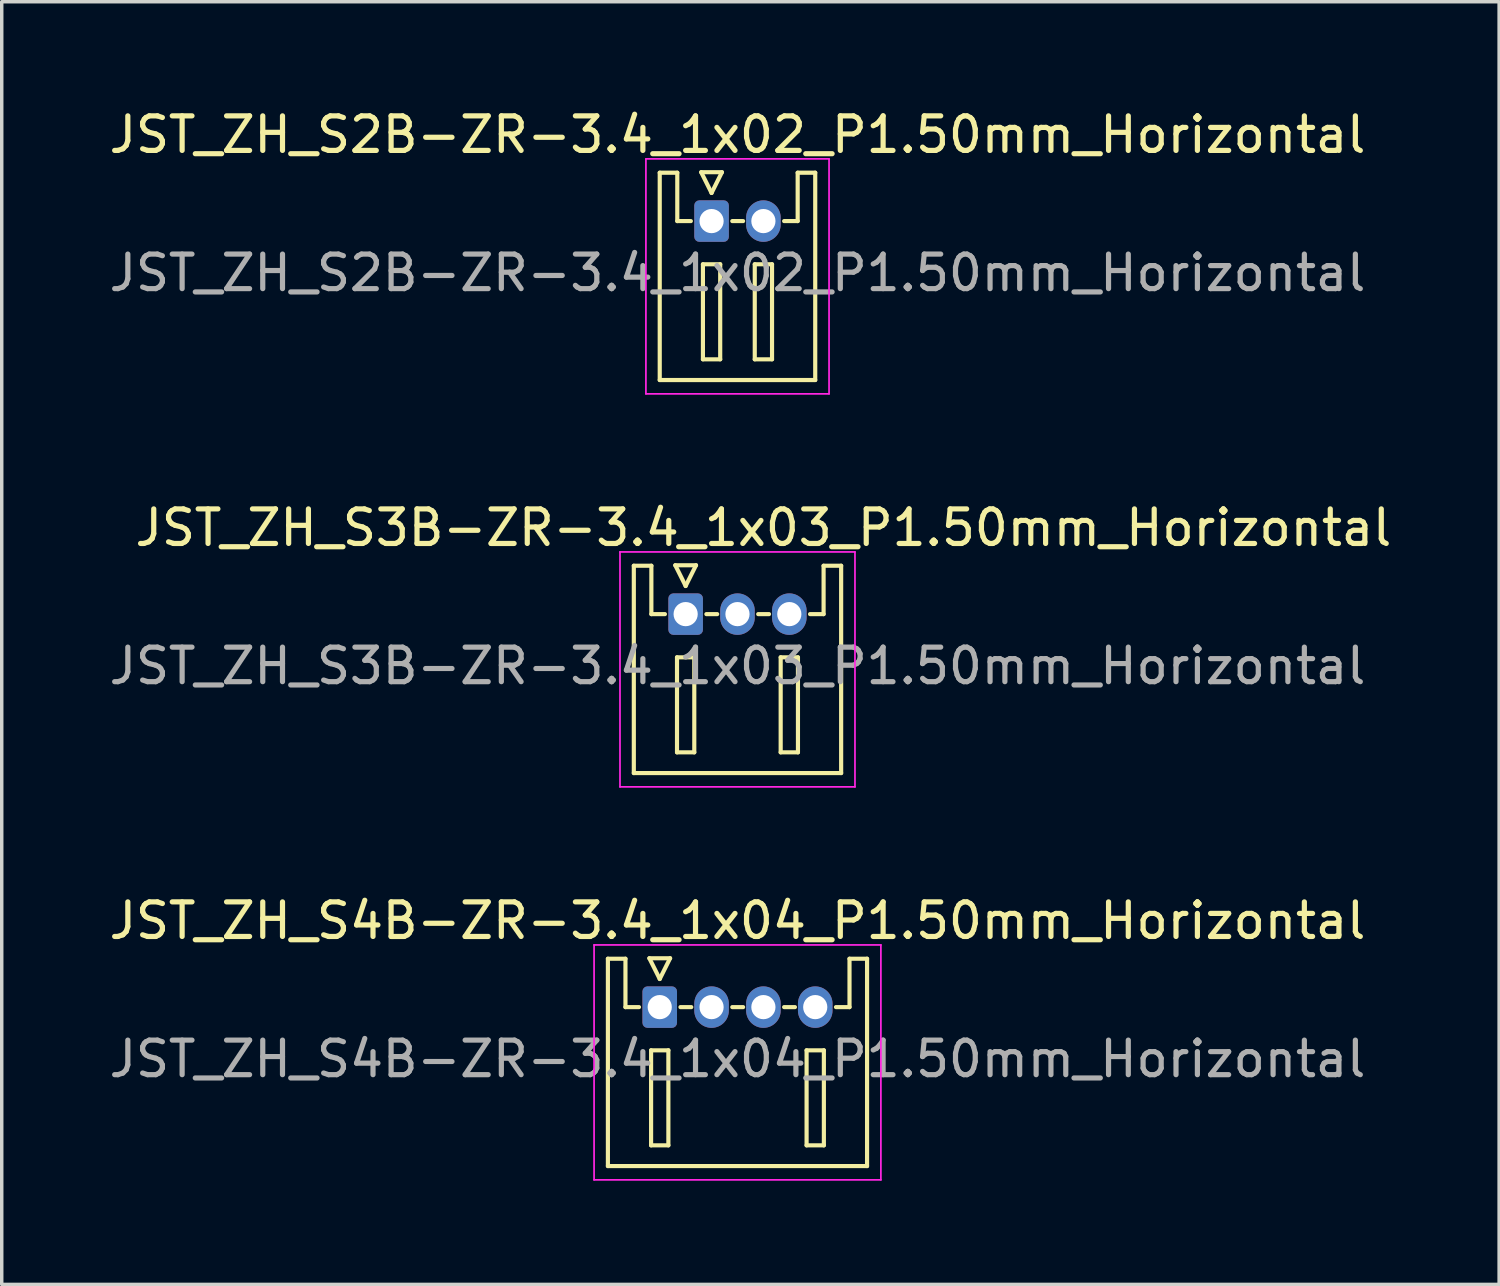
<source format=kicad_pcb>
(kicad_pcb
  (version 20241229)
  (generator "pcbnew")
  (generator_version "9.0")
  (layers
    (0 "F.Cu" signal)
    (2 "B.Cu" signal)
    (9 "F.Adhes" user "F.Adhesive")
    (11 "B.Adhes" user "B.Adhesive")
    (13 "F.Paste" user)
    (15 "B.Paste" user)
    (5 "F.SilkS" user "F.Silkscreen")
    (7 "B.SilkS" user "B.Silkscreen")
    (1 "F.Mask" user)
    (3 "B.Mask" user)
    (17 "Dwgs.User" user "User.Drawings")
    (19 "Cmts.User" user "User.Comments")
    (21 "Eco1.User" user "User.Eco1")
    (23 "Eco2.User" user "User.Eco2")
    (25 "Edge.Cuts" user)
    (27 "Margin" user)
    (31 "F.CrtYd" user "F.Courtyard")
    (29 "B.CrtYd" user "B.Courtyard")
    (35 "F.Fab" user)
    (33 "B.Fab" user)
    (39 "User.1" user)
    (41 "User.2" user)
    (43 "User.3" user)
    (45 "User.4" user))
  (footprint "JST_ZH_S3B-ZR-3.4_1x03_P1.50mm_Horizontal"
    (layer "F.Cu")
    (at 16.792 14.722)
    (property "Reference" "JST_ZH_S3B-ZR-3.4_1x03_P1.50mm_Horizontal" (at 2.25 -2.5 0) (layer "F.SilkS") (effects (font (size 1 1) (thickness 0.15))))
    (attr through_hole)
    (fp_line (start -1.5 -1.4) (end -1.5 4.6) (stroke (width 0.12) (type solid)) (layer "F.SilkS"))
    (fp_line (start -1.5 -1.4) (end -0.992 -1.4) (stroke (width 0.12) (type solid)) (layer "F.SilkS"))
    (fp_line (start -0.992 -1.4) (end -0.992 0) (stroke (width 0.12) (type solid)) (layer "F.SilkS"))
    (fp_line (start -0.992 0) (end -0.6 0) (stroke (width 0.12) (type solid)) (layer "F.SilkS"))
    (fp_line (start -0.3 -1.414) (end 0.3 -1.414) (stroke (width 0.12) (type solid)) (layer "F.SilkS"))
    (fp_line (start -0.25 1.25) (end 0.25 1.25) (stroke (width 0.12) (type solid)) (layer "F.SilkS"))
    (fp_line (start -0.25 4) (end -0.25 1.25) (stroke (width 0.12) (type solid)) (layer "F.SilkS"))
    (fp_line (start 0 -0.814) (end -0.3 -1.414) (stroke (width 0.12) (type solid)) (layer "F.SilkS"))
    (fp_line (start 0.25 1.25) (end 0.25 4) (stroke (width 0.12) (type solid)) (layer "F.SilkS"))
    (fp_line (start 0.25 4) (end -0.25 4) (stroke (width 0.12) (type solid)) (layer "F.SilkS"))
    (fp_line (start 0.3 -1.414) (end 0 -0.814) (stroke (width 0.12) (type solid)) (layer "F.SilkS"))
    (fp_line (start 0.6 0) (end 0.913 0) (stroke (width 0.12) (type solid)) (layer "F.SilkS"))
    (fp_line (start 2.1 0) (end 2.413 0) (stroke (width 0.12) (type solid)) (layer "F.SilkS"))
    (fp_line (start 2.75 1.25) (end 3.25 1.25) (stroke (width 0.12) (type solid)) (layer "F.SilkS"))
    (fp_line (start 2.75 4) (end 2.75 1.25) (stroke (width 0.12) (type solid)) (layer "F.SilkS"))
    (fp_line (start 3.25 1.25) (end 3.25 4) (stroke (width 0.12) (type solid)) (layer "F.SilkS"))
    (fp_line (start 3.25 4) (end 2.75 4) (stroke (width 0.12) (type solid)) (layer "F.SilkS"))
    (fp_line (start 3.6 0) (end 3.992 0) (stroke (width 0.12) (type solid)) (layer "F.SilkS"))
    (fp_line (start 3.992 -1.4) (end 4.5 -1.4) (stroke (width 0.12) (type solid)) (layer "F.SilkS"))
    (fp_line (start 3.992 0) (end 3.992 -1.4) (stroke (width 0.12) (type solid)) (layer "F.SilkS"))
    (fp_line (start 4.5 -1.4) (end 4.5 4.6) (stroke (width 0.12) (type solid)) (layer "F.SilkS"))
    (fp_line (start 4.5 4.6) (end -1.5 4.6) (stroke (width 0.12) (type solid)) (layer "F.SilkS"))
    (fp_line (start -1.9 -1.8) (end 4.9 -1.8) (stroke (width 0.05) (type solid)) (layer "F.CrtYd"))
    (fp_line (start -1.9 5) (end -1.9 -1.8) (stroke (width 0.05) (type solid)) (layer "F.CrtYd"))
    (fp_line (start 4.9 -1.8) (end 4.9 5) (stroke (width 0.05) (type solid)) (layer "F.CrtYd"))
    (fp_line (start 4.9 5) (end -1.9 5) (stroke (width 0.05) (type solid)) (layer "F.CrtYd"))
    (fp_text user "${REFERENCE}" (at 1.5 1.5 0) (layer "F.Fab") (effects (font (size 1 1) (thickness 0.15))))
    (pad "1" thru_hole roundrect (at 0 0) (size 1 1.2) (drill 0.7) (layers "*.Cu" "*.Mask") (roundrect_rratio 0.147))
    (pad "2" thru_hole oval (at 1.5 0) (size 1 1.2) (drill 0.7) (layers "*.Cu" "*.Mask"))
    (pad "3" thru_hole oval (at 3 0) (size 1 1.2) (drill 0.7) (layers "*.Cu" "*.Mask")))
  (footprint "JST_ZH_S4B-ZR-3.4_1x04_P1.50mm_Horizontal"
    (layer "F.Cu")
    (at 16.042 26.095)
    (property "Reference" "JST_ZH_S4B-ZR-3.4_1x04_P1.50mm_Horizontal" (at 2.25 -2.5 0) (layer "F.SilkS") (effects (font (size 1 1) (thickness 0.15))))
    (attr through_hole)
    (fp_line (start -1.5 -1.4) (end -1.5 4.6) (stroke (width 0.12) (type solid)) (layer "F.SilkS"))
    (fp_line (start -1.5 -1.4) (end -0.992 -1.4) (stroke (width 0.12) (type solid)) (layer "F.SilkS"))
    (fp_line (start -0.992 -1.4) (end -0.992 0) (stroke (width 0.12) (type solid)) (layer "F.SilkS"))
    (fp_line (start -0.992 0) (end -0.6 0) (stroke (width 0.12) (type solid)) (layer "F.SilkS"))
    (fp_line (start -0.3 -1.414) (end 0.3 -1.414) (stroke (width 0.12) (type solid)) (layer "F.SilkS"))
    (fp_line (start -0.25 1.25) (end 0.25 1.25) (stroke (width 0.12) (type solid)) (layer "F.SilkS"))
    (fp_line (start -0.25 4) (end -0.25 1.25) (stroke (width 0.12) (type solid)) (layer "F.SilkS"))
    (fp_line (start 0 -0.814) (end -0.3 -1.414) (stroke (width 0.12) (type solid)) (layer "F.SilkS"))
    (fp_line (start 0.25 1.25) (end 0.25 4) (stroke (width 0.12) (type solid)) (layer "F.SilkS"))
    (fp_line (start 0.25 4) (end -0.25 4) (stroke (width 0.12) (type solid)) (layer "F.SilkS"))
    (fp_line (start 0.3 -1.414) (end 0 -0.814) (stroke (width 0.12) (type solid)) (layer "F.SilkS"))
    (fp_line (start 0.6 0) (end 0.913 0) (stroke (width 0.12) (type solid)) (layer "F.SilkS"))
    (fp_line (start 2.1 0) (end 2.413 0) (stroke (width 0.12) (type solid)) (layer "F.SilkS"))
    (fp_line (start 3.6 0) (end 3.913 0) (stroke (width 0.12) (type solid)) (layer "F.SilkS"))
    (fp_line (start 4.25 1.25) (end 4.75 1.25) (stroke (width 0.12) (type solid)) (layer "F.SilkS"))
    (fp_line (start 4.25 4) (end 4.25 1.25) (stroke (width 0.12) (type solid)) (layer "F.SilkS"))
    (fp_line (start 4.75 1.25) (end 4.75 4) (stroke (width 0.12) (type solid)) (layer "F.SilkS"))
    (fp_line (start 4.75 4) (end 4.25 4) (stroke (width 0.12) (type solid)) (layer "F.SilkS"))
    (fp_line (start 5.1 0) (end 5.492 0) (stroke (width 0.12) (type solid)) (layer "F.SilkS"))
    (fp_line (start 5.492 -1.4) (end 6 -1.4) (stroke (width 0.12) (type solid)) (layer "F.SilkS"))
    (fp_line (start 5.492 0) (end 5.492 -1.4) (stroke (width 0.12) (type solid)) (layer "F.SilkS"))
    (fp_line (start 6 -1.4) (end 6 4.6) (stroke (width 0.12) (type solid)) (layer "F.SilkS"))
    (fp_line (start 6 4.6) (end -1.5 4.6) (stroke (width 0.12) (type solid)) (layer "F.SilkS"))
    (fp_line (start -1.9 -1.8) (end 6.4 -1.8) (stroke (width 0.05) (type solid)) (layer "F.CrtYd"))
    (fp_line (start -1.9 5) (end -1.9 -1.8) (stroke (width 0.05) (type solid)) (layer "F.CrtYd"))
    (fp_line (start 6.4 -1.8) (end 6.4 5) (stroke (width 0.05) (type solid)) (layer "F.CrtYd"))
    (fp_line (start 6.4 5) (end -1.9 5) (stroke (width 0.05) (type solid)) (layer "F.CrtYd"))
    (fp_text user "${REFERENCE}" (at 2.25 1.5 0) (layer "F.Fab") (effects (font (size 1 1) (thickness 0.15))))
    (pad "1" thru_hole roundrect (at 0 0) (size 1 1.2) (drill 0.7) (layers "*.Cu" "*.Mask") (roundrect_rratio 0.147))
    (pad "2" thru_hole oval (at 1.5 0) (size 1 1.2) (drill 0.7) (layers "*.Cu" "*.Mask"))
    (pad "3" thru_hole oval (at 3 0) (size 1 1.2) (drill 0.7) (layers "*.Cu" "*.Mask"))
    (pad "4" thru_hole oval (at 4.5 0) (size 1 1.2) (drill 0.7) (layers "*.Cu" "*.Mask")))
  (footprint "JST_ZH_S2B-ZR-3.4_1x02_P1.50mm_Horizontal"
    (layer "F.Cu")
    (at 17.542 3.348)
    (property "Reference" "JST_ZH_S2B-ZR-3.4_1x02_P1.50mm_Horizontal" (at 0.75 -2.5 0) (layer "F.SilkS") (effects (font (size 1 1) (thickness 0.15))))
    (attr through_hole)
    (fp_line (start -1.5 -1.4) (end -1.5 4.6) (stroke (width 0.12) (type solid)) (layer "F.SilkS"))
    (fp_line (start -1.5 -1.4) (end -0.992 -1.4) (stroke (width 0.12) (type solid)) (layer "F.SilkS"))
    (fp_line (start -0.992 -1.4) (end -0.992 0) (stroke (width 0.12) (type solid)) (layer "F.SilkS"))
    (fp_line (start -0.992 0) (end -0.6 0) (stroke (width 0.12) (type solid)) (layer "F.SilkS"))
    (fp_line (start -0.3 -1.414) (end 0.3 -1.414) (stroke (width 0.12) (type solid)) (layer "F.SilkS"))
    (fp_line (start -0.25 1.25) (end 0.25 1.25) (stroke (width 0.12) (type solid)) (layer "F.SilkS"))
    (fp_line (start -0.25 4) (end -0.25 1.25) (stroke (width 0.12) (type solid)) (layer "F.SilkS"))
    (fp_line (start 0 -0.814) (end -0.3 -1.414) (stroke (width 0.12) (type solid)) (layer "F.SilkS"))
    (fp_line (start 0.25 1.25) (end 0.25 4) (stroke (width 0.12) (type solid)) (layer "F.SilkS"))
    (fp_line (start 0.25 4) (end -0.25 4) (stroke (width 0.12) (type solid)) (layer "F.SilkS"))
    (fp_line (start 0.3 -1.414) (end 0 -0.814) (stroke (width 0.12) (type solid)) (layer "F.SilkS"))
    (fp_line (start 0.6 0) (end 0.913 0) (stroke (width 0.12) (type solid)) (layer "F.SilkS"))
    (fp_line (start 1.25 1.25) (end 1.75 1.25) (stroke (width 0.12) (type solid)) (layer "F.SilkS"))
    (fp_line (start 1.25 4) (end 1.25 1.25) (stroke (width 0.12) (type solid)) (layer "F.SilkS"))
    (fp_line (start 1.75 1.25) (end 1.75 4) (stroke (width 0.12) (type solid)) (layer "F.SilkS"))
    (fp_line (start 1.75 4) (end 1.25 4) (stroke (width 0.12) (type solid)) (layer "F.SilkS"))
    (fp_line (start 2.1 0) (end 2.492 0) (stroke (width 0.12) (type solid)) (layer "F.SilkS"))
    (fp_line (start 2.492 -1.4) (end 3 -1.4) (stroke (width 0.12) (type solid)) (layer "F.SilkS"))
    (fp_line (start 2.492 0) (end 2.492 -1.4) (stroke (width 0.12) (type solid)) (layer "F.SilkS"))
    (fp_line (start 3 -1.4) (end 3 4.6) (stroke (width 0.12) (type solid)) (layer "F.SilkS"))
    (fp_line (start 3 4.6) (end -1.5 4.6) (stroke (width 0.12) (type solid)) (layer "F.SilkS"))
    (fp_line (start -1.9 -1.8) (end 3.4 -1.8) (stroke (width 0.05) (type solid)) (layer "F.CrtYd"))
    (fp_line (start -1.9 5) (end -1.9 -1.8) (stroke (width 0.05) (type solid)) (layer "F.CrtYd"))
    (fp_line (start 3.4 -1.8) (end 3.4 5) (stroke (width 0.05) (type solid)) (layer "F.CrtYd"))
    (fp_line (start 3.4 5) (end -1.9 5) (stroke (width 0.05) (type solid)) (layer "F.CrtYd"))
    (fp_text user "${REFERENCE}" (at 0.75 1.5 0) (layer "F.Fab") (effects (font (size 1 1) (thickness 0.15))))
    (pad "1" thru_hole roundrect (at 0 0) (size 1 1.2) (drill 0.7) (layers "*.Cu" "*.Mask") (roundrect_rratio 0.147))
    (pad "2" thru_hole oval (at 1.5 0) (size 1 1.2) (drill 0.7) (layers "*.Cu" "*.Mask")))
  (gr_rect
    (start -3 -3)
    (end 40.333 34.12)
    (stroke (width 0.1) (type default))
    (fill no)
    (layer "Edge.Cuts")))
</source>
